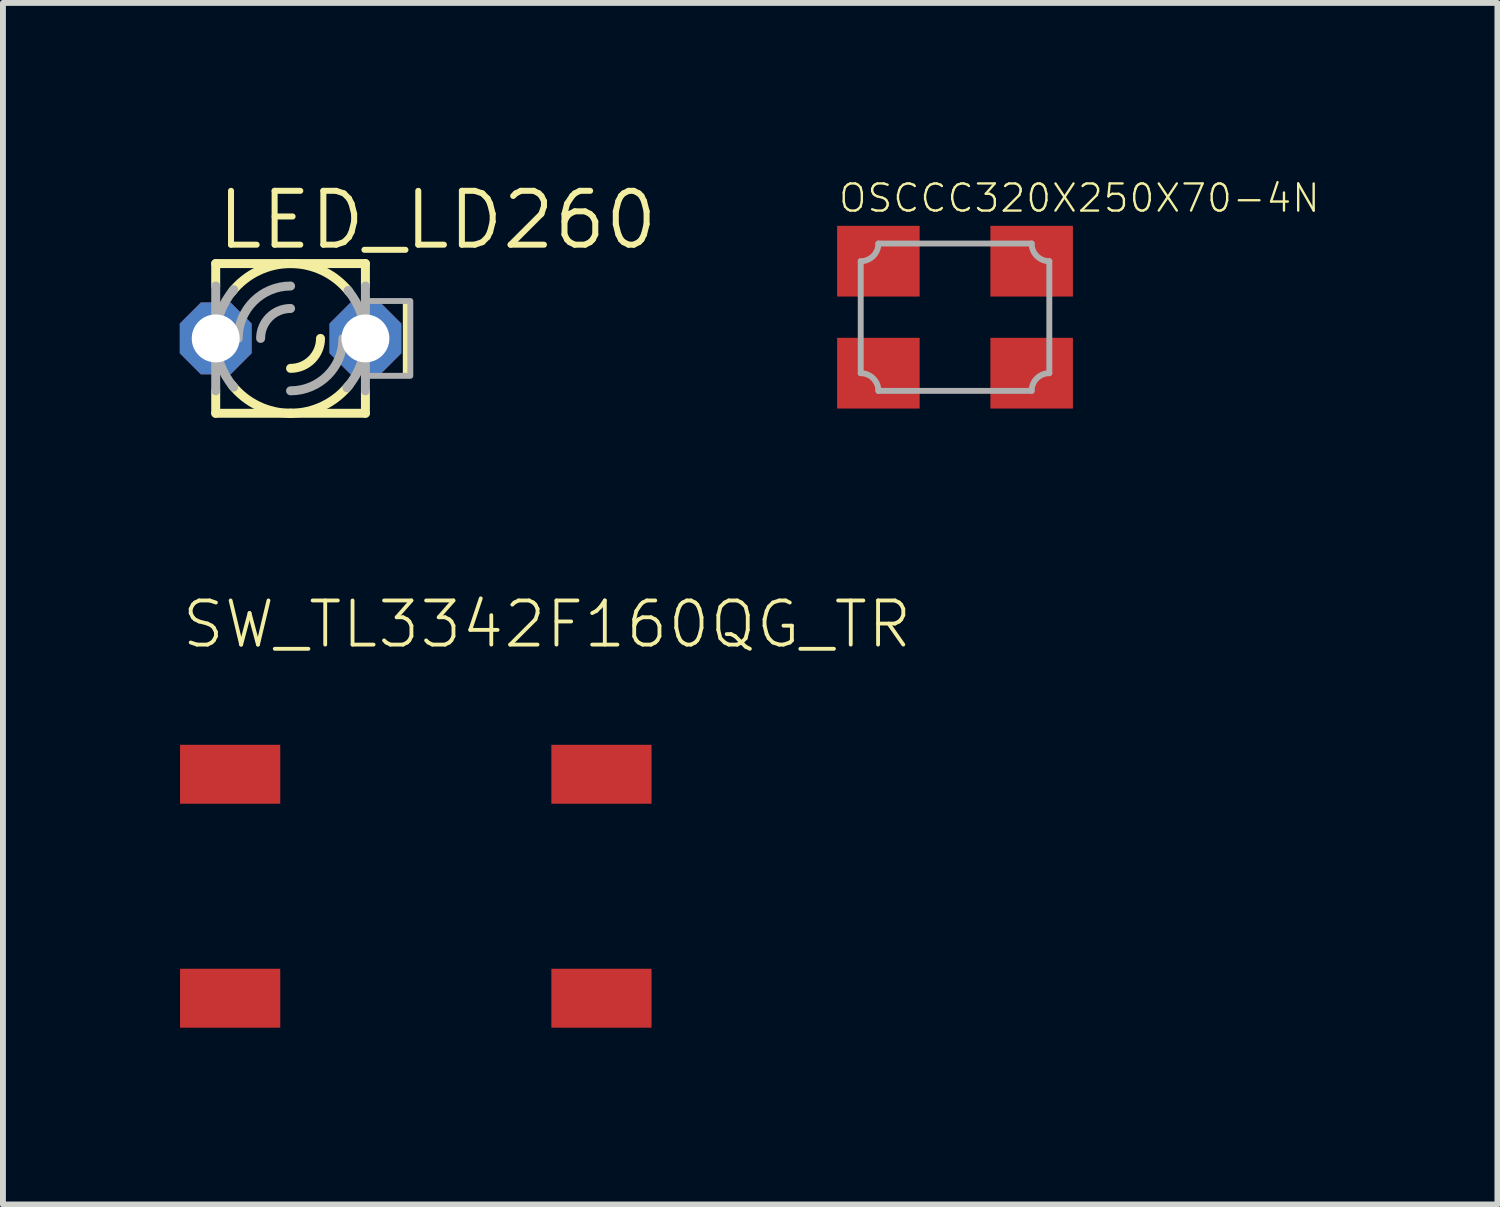
<source format=kicad_pcb>
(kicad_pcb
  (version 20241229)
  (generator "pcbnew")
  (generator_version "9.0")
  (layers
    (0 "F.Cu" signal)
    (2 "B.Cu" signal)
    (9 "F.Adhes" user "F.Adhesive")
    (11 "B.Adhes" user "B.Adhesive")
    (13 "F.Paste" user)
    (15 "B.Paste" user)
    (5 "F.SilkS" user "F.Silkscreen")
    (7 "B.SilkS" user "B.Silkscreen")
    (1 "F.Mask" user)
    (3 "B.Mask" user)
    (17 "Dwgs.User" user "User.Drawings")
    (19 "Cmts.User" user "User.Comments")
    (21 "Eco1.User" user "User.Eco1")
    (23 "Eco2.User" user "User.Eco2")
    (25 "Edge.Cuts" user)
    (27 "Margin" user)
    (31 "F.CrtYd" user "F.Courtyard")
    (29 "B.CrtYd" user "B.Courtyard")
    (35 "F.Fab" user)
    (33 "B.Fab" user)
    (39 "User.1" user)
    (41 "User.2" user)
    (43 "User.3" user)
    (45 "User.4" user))
  (footprint "SW_TL3342F160QG_TR"
    (layer "F.Cu")
    (at 4.005 11.987)
    (property "Reference" "SW_TL3342F160QG_TR" (at -4.005 -4.005 0) (layer "F.SilkS") (effects (font (size 0.749 0.749) (thickness 0.065)) (justify left bottom)))
    (pad "1" smd rect (at -3.15 1.9) (size 1.7 1) (layers "F.Cu" "F.Mask" "F.Paste"))
    (pad "2" smd rect (at 3.15 1.9) (size 1.7 1) (layers "F.Cu" "F.Mask" "F.Paste"))
    (pad "3" smd rect (at -3.15 -1.9) (size 1.7 1) (layers "F.Cu" "F.Mask" "F.Paste"))
    (pad "4" smd rect (at 3.15 -1.9) (size 1.7 1) (layers "F.Cu" "F.Mask" "F.Paste")))
  (footprint "LED_LD260"
    (layer "F.Cu")
    (at 1.88 2.692)
    (property "Reference" "LED_LD260" (at -1.295 -1.473 0) (layer "F.SilkS") (effects (font (size 0.914 0.914) (thickness 0.102)) (justify left bottom)))
    (fp_line (start -1.27 -1.27) (end -1.27 -0.889) (stroke (width 0.152) (type solid)) (layer "F.SilkS"))
    (fp_line (start -1.27 1.27) (end -1.27 0.889) (stroke (width 0.152) (type solid)) (layer "F.SilkS"))
    (fp_line (start -1.27 1.27) (end 0 1.27) (stroke (width 0.152) (type solid)) (layer "F.SilkS"))
    (fp_line (start 0 -1.27) (end -1.27 -1.27) (stroke (width 0.152) (type solid)) (layer "F.SilkS"))
    (fp_line (start 0 1.27) (end 1.27 1.27) (stroke (width 0.152) (type solid)) (layer "F.SilkS"))
    (fp_line (start 1.27 -1.27) (end 0 -1.27) (stroke (width 0.152) (type solid)) (layer "F.SilkS"))
    (fp_line (start 1.27 -1.27) (end 1.27 -0.889) (stroke (width 0.152) (type solid)) (layer "F.SilkS"))
    (fp_line (start 1.27 1.27) (end 1.27 0.889) (stroke (width 0.152) (type solid)) (layer "F.SilkS"))
    (fp_arc (start -0.9917 -0.7934) (mid -0.550143 -1.144671) (end 0 -1.27) (stroke (width 0.1524) (type solid)) (layer "F.SilkS"))
    (fp_arc (start 0 -1.27) (mid 0.550143 -1.144671) (end 0.9917 -0.7934) (stroke (width 0.1524) (type solid)) (layer "F.SilkS"))
    (fp_arc (start 0 1.27) (mid -0.550143 1.144671) (end -0.9917 0.7934) (stroke (width 0.1524) (type solid)) (layer "F.SilkS"))
    (fp_arc (start 0.508 0) (mid 0.35921 0.35921) (end 0 0.508) (stroke (width 0.1524) (type solid)) (layer "F.SilkS"))
    (fp_arc (start 0.9917 0.7934) (mid 0.550143 1.144671) (end 0 1.27) (stroke (width 0.1524) (type solid)) (layer "F.SilkS"))
    (fp_poly (pts (xy 1.905 0.635) (xy 2.032 0.635) (xy 2.032 -0.635) (xy 1.905 -0.635)) (stroke (width 0) (type default)) (fill yes) (layer "F.SilkS"))
    (fp_line (start -1.27 0) (end -1.27 -0.889) (stroke (width 0.152) (type solid)) (layer "F.Fab"))
    (fp_line (start -1.27 0.889) (end -1.27 0) (stroke (width 0.152) (type solid)) (layer "F.Fab"))
    (fp_line (start 1.27 -0.889) (end 1.27 0) (stroke (width 0.152) (type solid)) (layer "F.Fab"))
    (fp_line (start 1.27 0) (end 1.27 0.889) (stroke (width 0.152) (type solid)) (layer "F.Fab"))
    (fp_arc (start -1.27 0) (mid -1.191134 -0.440615) (end -0.9643 -0.8265) (stroke (width 0.1524) (type solid)) (layer "F.Fab"))
    (fp_arc (start -0.9643 0.8265) (mid -1.191134 0.440615) (end -1.27 0) (stroke (width 0.1524) (type solid)) (layer "F.Fab"))
    (fp_arc (start -0.889 0) (mid -0.628618 -0.628618) (end 0 -0.889) (stroke (width 0.1524) (type solid)) (layer "F.Fab"))
    (fp_arc (start -0.508 0) (mid -0.35921 -0.35921) (end 0 -0.508) (stroke (width 0.1524) (type solid)) (layer "F.Fab"))
    (fp_arc (start 0.889 0) (mid 0.628618 0.628618) (end 0 0.889) (stroke (width 0.1524) (type solid)) (layer "F.Fab"))
    (fp_arc (start 0.9756 -0.813) (mid 1.194073 -0.432318) (end 1.269901 0) (stroke (width 0.1524) (type solid)) (layer "F.Fab"))
    (fp_arc (start 1.27 0) (mid 1.188863 0.446689) (end 0.9558 0.8363) (stroke (width 0.1524) (type solid)) (layer "F.Fab"))
    (fp_poly (pts (xy 1.27 0.635) (xy 2.032 0.635) (xy 2.032 -0.635) (xy 1.27 -0.635)) (stroke (width 0.1) (type default)) (fill no) (layer "F.Fab"))
    (pad "A" thru_hole roundrect (at -1.27 0) (size 1.219 1.219) (drill 0.813) (layers "*.Cu" "*.Mask") (roundrect_rratio 0.25) (chamfer_ratio 0.293) (chamfer top_left top_right bottom_left bottom_right))
    (pad "K" thru_hole roundrect (at 1.27 0) (size 1.219 1.219) (drill 0.813) (layers "*.Cu" "*.Mask") (roundrect_rratio 0.25) (chamfer_ratio 0.293) (chamfer top_left top_right bottom_left bottom_right)))
  (footprint "OSCCC320X250X70-4N"
    (layer "F.Cu")
    (at 13.154 2.332)
    (property "Reference" "OSCCC320X250X70-4N" (at -2.002 -1.751 0) (layer "F.SilkS") (effects (font (size 0.46 0.46) (thickness 0.04)) (justify left bottom)))
    (fp_line (start -1.6 -0.95) (end -1.6 0.95) (stroke (width 0.1) (type solid)) (layer "F.Fab"))
    (fp_line (start -1.3 1.25) (end 1.3 1.25) (stroke (width 0.1) (type solid)) (layer "F.Fab"))
    (fp_line (start 1.3 -1.25) (end -1.3 -1.25) (stroke (width 0.1) (type solid)) (layer "F.Fab"))
    (fp_line (start 1.6 0.95) (end 1.6 -0.95) (stroke (width 0.1) (type solid)) (layer "F.Fab"))
    (fp_arc (start -1.6 0.95) (mid -1.387868 1.037868) (end -1.3 1.25) (stroke (width 0.1) (type solid)) (layer "F.Fab"))
    (fp_arc (start -1.3 -1.25) (mid -1.387868 -1.037868) (end -1.6 -0.95) (stroke (width 0.1) (type solid)) (layer "F.Fab"))
    (fp_arc (start 1.3 1.25) (mid 1.387868 1.037868) (end 1.6 0.95) (stroke (width 0.1) (type solid)) (layer "F.Fab"))
    (fp_arc (start 1.6 -0.95) (mid 1.387868 -1.037868) (end 1.3 -1.25) (stroke (width 0.1) (type solid)) (layer "F.Fab"))
    (pad "1" smd rect (at -1.3 0.95) (size 1.4 1.2) (layers "F.Cu" "F.Mask" "F.Paste"))
    (pad "2" smd rect (at 1.3 0.95) (size 1.4 1.2) (layers "F.Cu" "F.Mask" "F.Paste"))
    (pad "3" smd rect (at 1.3 -0.95) (size 1.4 1.2) (layers "F.Cu" "F.Mask" "F.Paste"))
    (pad "4" smd rect (at -1.3 -0.95) (size 1.4 1.2) (layers "F.Cu" "F.Mask" "F.Paste")))
  (gr_rect
    (start -3 -3)
    (end 22.357 17.387)
    (stroke (width 0.1) (type default))
    (fill no)
    (layer "Edge.Cuts")))
</source>
